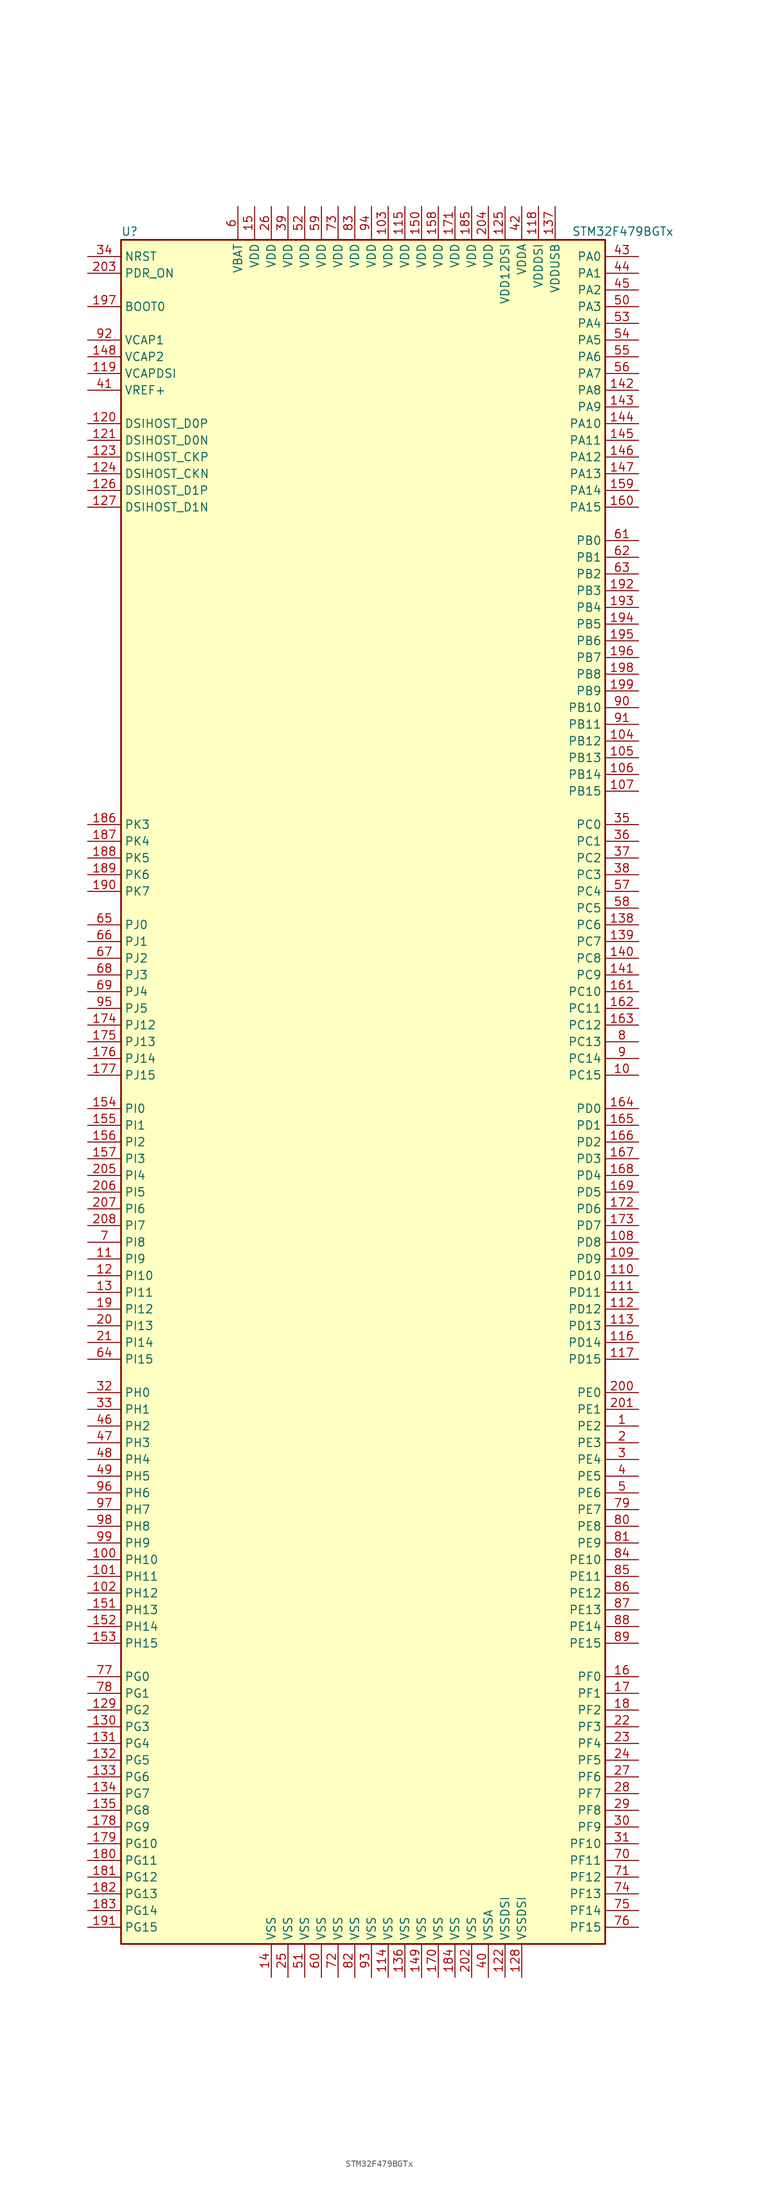
<source format=kicad_sym>
(kicad_symbol_lib
  (version 20201005)
  (generator kicad_symbol_editor)
  (symbol "STM32F479BGTx"
    (property "Reference" "U"
      (at -38.1 130.81 0)
      (effects (font (size 1.27 1.27)) (justify left)))
    (property "Value" "STM32F479BGTx"
      (at 30.48 130.81 0)
      (effects (font (size 1.27 1.27)) (justify left)))
    (symbol "STM32F479BGTx_0_1"
      (rectangle (start -38.1 -129.54) (end 35.56 129.54) (stroke (width 0.254)) (fill (type background))))
    (symbol "STM32F479BGTx_1_1"
      (pin input line (at -43.18 119.38 0) (length 5.08) (name "BOOT0" (effects (font (size 1.27 1.27)))) (number "197" (effects (font (size 1.27 1.27)))))
      (pin bidirectional line (at -43.18 93.98 0) (length 5.08) (name "DSIHOST_CKN" (effects (font (size 1.27 1.27)))) (number "124" (effects (font (size 1.27 1.27)))))
      (pin bidirectional line (at -43.18 96.52 0) (length 5.08) (name "DSIHOST_CKP" (effects (font (size 1.27 1.27)))) (number "123" (effects (font (size 1.27 1.27)))))
      (pin bidirectional line (at -43.18 99.06 0) (length 5.08) (name "DSIHOST_D0N" (effects (font (size 1.27 1.27)))) (number "121" (effects (font (size 1.27 1.27)))))
      (pin bidirectional line (at -43.18 101.6 0) (length 5.08) (name "DSIHOST_D0P" (effects (font (size 1.27 1.27)))) (number "120" (effects (font (size 1.27 1.27)))))
      (pin bidirectional line (at -43.18 88.9 0) (length 5.08) (name "DSIHOST_D1N" (effects (font (size 1.27 1.27)))) (number "127" (effects (font (size 1.27 1.27)))))
      (pin bidirectional line (at -43.18 91.44 0) (length 5.08) (name "DSIHOST_D1P" (effects (font (size 1.27 1.27)))) (number "126" (effects (font (size 1.27 1.27)))))
      (pin input line (at -43.18 127 0) (length 5.08) (name "NRST" (effects (font (size 1.27 1.27)))) (number "34" (effects (font (size 1.27 1.27)))))
      (pin bidirectional line (at 40.64 127 180) (length 5.08) (name "PA0" (effects (font (size 1.27 1.27)))) (number "43" (effects (font (size 1.27 1.27)))))
      (pin bidirectional line (at 40.64 124.46 180) (length 5.08) (name "PA1" (effects (font (size 1.27 1.27)))) (number "44" (effects (font (size 1.27 1.27)))))
      (pin bidirectional line (at 40.64 101.6 180) (length 5.08) (name "PA10" (effects (font (size 1.27 1.27)))) (number "144" (effects (font (size 1.27 1.27)))))
      (pin bidirectional line (at 40.64 99.06 180) (length 5.08) (name "PA11" (effects (font (size 1.27 1.27)))) (number "145" (effects (font (size 1.27 1.27)))))
      (pin bidirectional line (at 40.64 96.52 180) (length 5.08) (name "PA12" (effects (font (size 1.27 1.27)))) (number "146" (effects (font (size 1.27 1.27)))))
      (pin bidirectional line (at 40.64 93.98 180) (length 5.08) (name "PA13" (effects (font (size 1.27 1.27)))) (number "147" (effects (font (size 1.27 1.27)))))
      (pin bidirectional line (at 40.64 91.44 180) (length 5.08) (name "PA14" (effects (font (size 1.27 1.27)))) (number "159" (effects (font (size 1.27 1.27)))))
      (pin bidirectional line (at 40.64 88.9 180) (length 5.08) (name "PA15" (effects (font (size 1.27 1.27)))) (number "160" (effects (font (size 1.27 1.27)))))
      (pin bidirectional line (at 40.64 121.92 180) (length 5.08) (name "PA2" (effects (font (size 1.27 1.27)))) (number "45" (effects (font (size 1.27 1.27)))))
      (pin bidirectional line (at 40.64 119.38 180) (length 5.08) (name "PA3" (effects (font (size 1.27 1.27)))) (number "50" (effects (font (size 1.27 1.27)))))
      (pin bidirectional line (at 40.64 116.84 180) (length 5.08) (name "PA4" (effects (font (size 1.27 1.27)))) (number "53" (effects (font (size 1.27 1.27)))))
      (pin bidirectional line (at 40.64 114.3 180) (length 5.08) (name "PA5" (effects (font (size 1.27 1.27)))) (number "54" (effects (font (size 1.27 1.27)))))
      (pin bidirectional line (at 40.64 111.76 180) (length 5.08) (name "PA6" (effects (font (size 1.27 1.27)))) (number "55" (effects (font (size 1.27 1.27)))))
      (pin bidirectional line (at 40.64 109.22 180) (length 5.08) (name "PA7" (effects (font (size 1.27 1.27)))) (number "56" (effects (font (size 1.27 1.27)))))
      (pin bidirectional line (at 40.64 106.68 180) (length 5.08) (name "PA8" (effects (font (size 1.27 1.27)))) (number "142" (effects (font (size 1.27 1.27)))))
      (pin bidirectional line (at 40.64 104.14 180) (length 5.08) (name "PA9" (effects (font (size 1.27 1.27)))) (number "143" (effects (font (size 1.27 1.27)))))
      (pin bidirectional line (at 40.64 83.82 180) (length 5.08) (name "PB0" (effects (font (size 1.27 1.27)))) (number "61" (effects (font (size 1.27 1.27)))))
      (pin bidirectional line (at 40.64 81.28 180) (length 5.08) (name "PB1" (effects (font (size 1.27 1.27)))) (number "62" (effects (font (size 1.27 1.27)))))
      (pin bidirectional line (at 40.64 58.42 180) (length 5.08) (name "PB10" (effects (font (size 1.27 1.27)))) (number "90" (effects (font (size 1.27 1.27)))))
      (pin bidirectional line (at 40.64 55.88 180) (length 5.08) (name "PB11" (effects (font (size 1.27 1.27)))) (number "91" (effects (font (size 1.27 1.27)))))
      (pin bidirectional line (at 40.64 53.34 180) (length 5.08) (name "PB12" (effects (font (size 1.27 1.27)))) (number "104" (effects (font (size 1.27 1.27)))))
      (pin bidirectional line (at 40.64 50.8 180) (length 5.08) (name "PB13" (effects (font (size 1.27 1.27)))) (number "105" (effects (font (size 1.27 1.27)))))
      (pin bidirectional line (at 40.64 48.26 180) (length 5.08) (name "PB14" (effects (font (size 1.27 1.27)))) (number "106" (effects (font (size 1.27 1.27)))))
      (pin bidirectional line (at 40.64 45.72 180) (length 5.08) (name "PB15" (effects (font (size 1.27 1.27)))) (number "107" (effects (font (size 1.27 1.27)))))
      (pin bidirectional line (at 40.64 78.74 180) (length 5.08) (name "PB2" (effects (font (size 1.27 1.27)))) (number "63" (effects (font (size 1.27 1.27)))))
      (pin bidirectional line (at 40.64 76.2 180) (length 5.08) (name "PB3" (effects (font (size 1.27 1.27)))) (number "192" (effects (font (size 1.27 1.27)))))
      (pin bidirectional line (at 40.64 73.66 180) (length 5.08) (name "PB4" (effects (font (size 1.27 1.27)))) (number "193" (effects (font (size 1.27 1.27)))))
      (pin bidirectional line (at 40.64 71.12 180) (length 5.08) (name "PB5" (effects (font (size 1.27 1.27)))) (number "194" (effects (font (size 1.27 1.27)))))
      (pin bidirectional line (at 40.64 68.58 180) (length 5.08) (name "PB6" (effects (font (size 1.27 1.27)))) (number "195" (effects (font (size 1.27 1.27)))))
      (pin bidirectional line (at 40.64 66.04 180) (length 5.08) (name "PB7" (effects (font (size 1.27 1.27)))) (number "196" (effects (font (size 1.27 1.27)))))
      (pin bidirectional line (at 40.64 63.5 180) (length 5.08) (name "PB8" (effects (font (size 1.27 1.27)))) (number "198" (effects (font (size 1.27 1.27)))))
      (pin bidirectional line (at 40.64 60.96 180) (length 5.08) (name "PB9" (effects (font (size 1.27 1.27)))) (number "199" (effects (font (size 1.27 1.27)))))
      (pin bidirectional line (at 40.64 40.64 180) (length 5.08) (name "PC0" (effects (font (size 1.27 1.27)))) (number "35" (effects (font (size 1.27 1.27)))))
      (pin bidirectional line (at 40.64 38.1 180) (length 5.08) (name "PC1" (effects (font (size 1.27 1.27)))) (number "36" (effects (font (size 1.27 1.27)))))
      (pin bidirectional line (at 40.64 15.24 180) (length 5.08) (name "PC10" (effects (font (size 1.27 1.27)))) (number "161" (effects (font (size 1.27 1.27)))))
      (pin bidirectional line (at 40.64 12.7 180) (length 5.08) (name "PC11" (effects (font (size 1.27 1.27)))) (number "162" (effects (font (size 1.27 1.27)))))
      (pin bidirectional line (at 40.64 10.16 180) (length 5.08) (name "PC12" (effects (font (size 1.27 1.27)))) (number "163" (effects (font (size 1.27 1.27)))))
      (pin bidirectional line (at 40.64 7.62 180) (length 5.08) (name "PC13" (effects (font (size 1.27 1.27)))) (number "8" (effects (font (size 1.27 1.27)))))
      (pin bidirectional line (at 40.64 5.08 180) (length 5.08) (name "PC14" (effects (font (size 1.27 1.27)))) (number "9" (effects (font (size 1.27 1.27)))))
      (pin bidirectional line (at 40.64 2.54 180) (length 5.08) (name "PC15" (effects (font (size 1.27 1.27)))) (number "10" (effects (font (size 1.27 1.27)))))
      (pin bidirectional line (at 40.64 35.56 180) (length 5.08) (name "PC2" (effects (font (size 1.27 1.27)))) (number "37" (effects (font (size 1.27 1.27)))))
      (pin bidirectional line (at 40.64 33.02 180) (length 5.08) (name "PC3" (effects (font (size 1.27 1.27)))) (number "38" (effects (font (size 1.27 1.27)))))
      (pin bidirectional line (at 40.64 30.48 180) (length 5.08) (name "PC4" (effects (font (size 1.27 1.27)))) (number "57" (effects (font (size 1.27 1.27)))))
      (pin bidirectional line (at 40.64 27.94 180) (length 5.08) (name "PC5" (effects (font (size 1.27 1.27)))) (number "58" (effects (font (size 1.27 1.27)))))
      (pin bidirectional line (at 40.64 25.4 180) (length 5.08) (name "PC6" (effects (font (size 1.27 1.27)))) (number "138" (effects (font (size 1.27 1.27)))))
      (pin bidirectional line (at 40.64 22.86 180) (length 5.08) (name "PC7" (effects (font (size 1.27 1.27)))) (number "139" (effects (font (size 1.27 1.27)))))
      (pin bidirectional line (at 40.64 20.32 180) (length 5.08) (name "PC8" (effects (font (size 1.27 1.27)))) (number "140" (effects (font (size 1.27 1.27)))))
      (pin bidirectional line (at 40.64 17.78 180) (length 5.08) (name "PC9" (effects (font (size 1.27 1.27)))) (number "141" (effects (font (size 1.27 1.27)))))
      (pin bidirectional line (at 40.64 -2.54 180) (length 5.08) (name "PD0" (effects (font (size 1.27 1.27)))) (number "164" (effects (font (size 1.27 1.27)))))
      (pin bidirectional line (at 40.64 -5.08 180) (length 5.08) (name "PD1" (effects (font (size 1.27 1.27)))) (number "165" (effects (font (size 1.27 1.27)))))
      (pin bidirectional line (at 40.64 -27.94 180) (length 5.08) (name "PD10" (effects (font (size 1.27 1.27)))) (number "110" (effects (font (size 1.27 1.27)))))
      (pin bidirectional line (at 40.64 -30.48 180) (length 5.08) (name "PD11" (effects (font (size 1.27 1.27)))) (number "111" (effects (font (size 1.27 1.27)))))
      (pin bidirectional line (at 40.64 -33.02 180) (length 5.08) (name "PD12" (effects (font (size 1.27 1.27)))) (number "112" (effects (font (size 1.27 1.27)))))
      (pin bidirectional line (at 40.64 -35.56 180) (length 5.08) (name "PD13" (effects (font (size 1.27 1.27)))) (number "113" (effects (font (size 1.27 1.27)))))
      (pin bidirectional line (at 40.64 -38.1 180) (length 5.08) (name "PD14" (effects (font (size 1.27 1.27)))) (number "116" (effects (font (size 1.27 1.27)))))
      (pin bidirectional line (at 40.64 -40.64 180) (length 5.08) (name "PD15" (effects (font (size 1.27 1.27)))) (number "117" (effects (font (size 1.27 1.27)))))
      (pin bidirectional line (at 40.64 -7.62 180) (length 5.08) (name "PD2" (effects (font (size 1.27 1.27)))) (number "166" (effects (font (size 1.27 1.27)))))
      (pin bidirectional line (at 40.64 -10.16 180) (length 5.08) (name "PD3" (effects (font (size 1.27 1.27)))) (number "167" (effects (font (size 1.27 1.27)))))
      (pin bidirectional line (at 40.64 -12.7 180) (length 5.08) (name "PD4" (effects (font (size 1.27 1.27)))) (number "168" (effects (font (size 1.27 1.27)))))
      (pin bidirectional line (at 40.64 -15.24 180) (length 5.08) (name "PD5" (effects (font (size 1.27 1.27)))) (number "169" (effects (font (size 1.27 1.27)))))
      (pin bidirectional line (at 40.64 -17.78 180) (length 5.08) (name "PD6" (effects (font (size 1.27 1.27)))) (number "172" (effects (font (size 1.27 1.27)))))
      (pin bidirectional line (at 40.64 -20.32 180) (length 5.08) (name "PD7" (effects (font (size 1.27 1.27)))) (number "173" (effects (font (size 1.27 1.27)))))
      (pin bidirectional line (at 40.64 -22.86 180) (length 5.08) (name "PD8" (effects (font (size 1.27 1.27)))) (number "108" (effects (font (size 1.27 1.27)))))
      (pin bidirectional line (at 40.64 -25.4 180) (length 5.08) (name "PD9" (effects (font (size 1.27 1.27)))) (number "109" (effects (font (size 1.27 1.27)))))
      (pin input line (at -43.18 124.46 0) (length 5.08) (name "PDR_ON" (effects (font (size 1.27 1.27)))) (number "203" (effects (font (size 1.27 1.27)))))
      (pin bidirectional line (at 40.64 -45.72 180) (length 5.08) (name "PE0" (effects (font (size 1.27 1.27)))) (number "200" (effects (font (size 1.27 1.27)))))
      (pin bidirectional line (at 40.64 -48.26 180) (length 5.08) (name "PE1" (effects (font (size 1.27 1.27)))) (number "201" (effects (font (size 1.27 1.27)))))
      (pin bidirectional line (at 40.64 -71.12 180) (length 5.08) (name "PE10" (effects (font (size 1.27 1.27)))) (number "84" (effects (font (size 1.27 1.27)))))
      (pin bidirectional line (at 40.64 -73.66 180) (length 5.08) (name "PE11" (effects (font (size 1.27 1.27)))) (number "85" (effects (font (size 1.27 1.27)))))
      (pin bidirectional line (at 40.64 -76.2 180) (length 5.08) (name "PE12" (effects (font (size 1.27 1.27)))) (number "86" (effects (font (size 1.27 1.27)))))
      (pin bidirectional line (at 40.64 -78.74 180) (length 5.08) (name "PE13" (effects (font (size 1.27 1.27)))) (number "87" (effects (font (size 1.27 1.27)))))
      (pin bidirectional line (at 40.64 -81.28 180) (length 5.08) (name "PE14" (effects (font (size 1.27 1.27)))) (number "88" (effects (font (size 1.27 1.27)))))
      (pin bidirectional line (at 40.64 -83.82 180) (length 5.08) (name "PE15" (effects (font (size 1.27 1.27)))) (number "89" (effects (font (size 1.27 1.27)))))
      (pin bidirectional line (at 40.64 -50.8 180) (length 5.08) (name "PE2" (effects (font (size 1.27 1.27)))) (number "1" (effects (font (size 1.27 1.27)))))
      (pin bidirectional line (at 40.64 -53.34 180) (length 5.08) (name "PE3" (effects (font (size 1.27 1.27)))) (number "2" (effects (font (size 1.27 1.27)))))
      (pin bidirectional line (at 40.64 -55.88 180) (length 5.08) (name "PE4" (effects (font (size 1.27 1.27)))) (number "3" (effects (font (size 1.27 1.27)))))
      (pin bidirectional line (at 40.64 -58.42 180) (length 5.08) (name "PE5" (effects (font (size 1.27 1.27)))) (number "4" (effects (font (size 1.27 1.27)))))
      (pin bidirectional line (at 40.64 -60.96 180) (length 5.08) (name "PE6" (effects (font (size 1.27 1.27)))) (number "5" (effects (font (size 1.27 1.27)))))
      (pin bidirectional line (at 40.64 -63.5 180) (length 5.08) (name "PE7" (effects (font (size 1.27 1.27)))) (number "79" (effects (font (size 1.27 1.27)))))
      (pin bidirectional line (at 40.64 -66.04 180) (length 5.08) (name "PE8" (effects (font (size 1.27 1.27)))) (number "80" (effects (font (size 1.27 1.27)))))
      (pin bidirectional line (at 40.64 -68.58 180) (length 5.08) (name "PE9" (effects (font (size 1.27 1.27)))) (number "81" (effects (font (size 1.27 1.27)))))
      (pin bidirectional line (at 40.64 -88.9 180) (length 5.08) (name "PF0" (effects (font (size 1.27 1.27)))) (number "16" (effects (font (size 1.27 1.27)))))
      (pin bidirectional line (at 40.64 -91.44 180) (length 5.08) (name "PF1" (effects (font (size 1.27 1.27)))) (number "17" (effects (font (size 1.27 1.27)))))
      (pin bidirectional line (at 40.64 -114.3 180) (length 5.08) (name "PF10" (effects (font (size 1.27 1.27)))) (number "31" (effects (font (size 1.27 1.27)))))
      (pin bidirectional line (at 40.64 -116.84 180) (length 5.08) (name "PF11" (effects (font (size 1.27 1.27)))) (number "70" (effects (font (size 1.27 1.27)))))
      (pin bidirectional line (at 40.64 -119.38 180) (length 5.08) (name "PF12" (effects (font (size 1.27 1.27)))) (number "71" (effects (font (size 1.27 1.27)))))
      (pin bidirectional line (at 40.64 -121.92 180) (length 5.08) (name "PF13" (effects (font (size 1.27 1.27)))) (number "74" (effects (font (size 1.27 1.27)))))
      (pin bidirectional line (at 40.64 -124.46 180) (length 5.08) (name "PF14" (effects (font (size 1.27 1.27)))) (number "75" (effects (font (size 1.27 1.27)))))
      (pin bidirectional line (at 40.64 -127 180) (length 5.08) (name "PF15" (effects (font (size 1.27 1.27)))) (number "76" (effects (font (size 1.27 1.27)))))
      (pin bidirectional line (at 40.64 -93.98 180) (length 5.08) (name "PF2" (effects (font (size 1.27 1.27)))) (number "18" (effects (font (size 1.27 1.27)))))
      (pin bidirectional line (at 40.64 -96.52 180) (length 5.08) (name "PF3" (effects (font (size 1.27 1.27)))) (number "22" (effects (font (size 1.27 1.27)))))
      (pin bidirectional line (at 40.64 -99.06 180) (length 5.08) (name "PF4" (effects (font (size 1.27 1.27)))) (number "23" (effects (font (size 1.27 1.27)))))
      (pin bidirectional line (at 40.64 -101.6 180) (length 5.08) (name "PF5" (effects (font (size 1.27 1.27)))) (number "24" (effects (font (size 1.27 1.27)))))
      (pin bidirectional line (at 40.64 -104.14 180) (length 5.08) (name "PF6" (effects (font (size 1.27 1.27)))) (number "27" (effects (font (size 1.27 1.27)))))
      (pin bidirectional line (at 40.64 -106.68 180) (length 5.08) (name "PF7" (effects (font (size 1.27 1.27)))) (number "28" (effects (font (size 1.27 1.27)))))
      (pin bidirectional line (at 40.64 -109.22 180) (length 5.08) (name "PF8" (effects (font (size 1.27 1.27)))) (number "29" (effects (font (size 1.27 1.27)))))
      (pin bidirectional line (at 40.64 -111.76 180) (length 5.08) (name "PF9" (effects (font (size 1.27 1.27)))) (number "30" (effects (font (size 1.27 1.27)))))
      (pin bidirectional line (at -43.18 -88.9 0) (length 5.08) (name "PG0" (effects (font (size 1.27 1.27)))) (number "77" (effects (font (size 1.27 1.27)))))
      (pin bidirectional line (at -43.18 -91.44 0) (length 5.08) (name "PG1" (effects (font (size 1.27 1.27)))) (number "78" (effects (font (size 1.27 1.27)))))
      (pin bidirectional line (at -43.18 -114.3 0) (length 5.08) (name "PG10" (effects (font (size 1.27 1.27)))) (number "179" (effects (font (size 1.27 1.27)))))
      (pin bidirectional line (at -43.18 -116.84 0) (length 5.08) (name "PG11" (effects (font (size 1.27 1.27)))) (number "180" (effects (font (size 1.27 1.27)))))
      (pin bidirectional line (at -43.18 -119.38 0) (length 5.08) (name "PG12" (effects (font (size 1.27 1.27)))) (number "181" (effects (font (size 1.27 1.27)))))
      (pin bidirectional line (at -43.18 -121.92 0) (length 5.08) (name "PG13" (effects (font (size 1.27 1.27)))) (number "182" (effects (font (size 1.27 1.27)))))
      (pin bidirectional line (at -43.18 -124.46 0) (length 5.08) (name "PG14" (effects (font (size 1.27 1.27)))) (number "183" (effects (font (size 1.27 1.27)))))
      (pin bidirectional line (at -43.18 -127 0) (length 5.08) (name "PG15" (effects (font (size 1.27 1.27)))) (number "191" (effects (font (size 1.27 1.27)))))
      (pin bidirectional line (at -43.18 -93.98 0) (length 5.08) (name "PG2" (effects (font (size 1.27 1.27)))) (number "129" (effects (font (size 1.27 1.27)))))
      (pin bidirectional line (at -43.18 -96.52 0) (length 5.08) (name "PG3" (effects (font (size 1.27 1.27)))) (number "130" (effects (font (size 1.27 1.27)))))
      (pin bidirectional line (at -43.18 -99.06 0) (length 5.08) (name "PG4" (effects (font (size 1.27 1.27)))) (number "131" (effects (font (size 1.27 1.27)))))
      (pin bidirectional line (at -43.18 -101.6 0) (length 5.08) (name "PG5" (effects (font (size 1.27 1.27)))) (number "132" (effects (font (size 1.27 1.27)))))
      (pin bidirectional line (at -43.18 -104.14 0) (length 5.08) (name "PG6" (effects (font (size 1.27 1.27)))) (number "133" (effects (font (size 1.27 1.27)))))
      (pin bidirectional line (at -43.18 -106.68 0) (length 5.08) (name "PG7" (effects (font (size 1.27 1.27)))) (number "134" (effects (font (size 1.27 1.27)))))
      (pin bidirectional line (at -43.18 -109.22 0) (length 5.08) (name "PG8" (effects (font (size 1.27 1.27)))) (number "135" (effects (font (size 1.27 1.27)))))
      (pin bidirectional line (at -43.18 -111.76 0) (length 5.08) (name "PG9" (effects (font (size 1.27 1.27)))) (number "178" (effects (font (size 1.27 1.27)))))
      (pin input line (at -43.18 -45.72 0) (length 5.08) (name "PH0" (effects (font (size 1.27 1.27)))) (number "32" (effects (font (size 1.27 1.27)))))
      (pin input line (at -43.18 -48.26 0) (length 5.08) (name "PH1" (effects (font (size 1.27 1.27)))) (number "33" (effects (font (size 1.27 1.27)))))
      (pin bidirectional line (at -43.18 -71.12 0) (length 5.08) (name "PH10" (effects (font (size 1.27 1.27)))) (number "100" (effects (font (size 1.27 1.27)))))
      (pin bidirectional line (at -43.18 -73.66 0) (length 5.08) (name "PH11" (effects (font (size 1.27 1.27)))) (number "101" (effects (font (size 1.27 1.27)))))
      (pin bidirectional line (at -43.18 -76.2 0) (length 5.08) (name "PH12" (effects (font (size 1.27 1.27)))) (number "102" (effects (font (size 1.27 1.27)))))
      (pin bidirectional line (at -43.18 -78.74 0) (length 5.08) (name "PH13" (effects (font (size 1.27 1.27)))) (number "151" (effects (font (size 1.27 1.27)))))
      (pin bidirectional line (at -43.18 -81.28 0) (length 5.08) (name "PH14" (effects (font (size 1.27 1.27)))) (number "152" (effects (font (size 1.27 1.27)))))
      (pin bidirectional line (at -43.18 -83.82 0) (length 5.08) (name "PH15" (effects (font (size 1.27 1.27)))) (number "153" (effects (font (size 1.27 1.27)))))
      (pin bidirectional line (at -43.18 -50.8 0) (length 5.08) (name "PH2" (effects (font (size 1.27 1.27)))) (number "46" (effects (font (size 1.27 1.27)))))
      (pin bidirectional line (at -43.18 -53.34 0) (length 5.08) (name "PH3" (effects (font (size 1.27 1.27)))) (number "47" (effects (font (size 1.27 1.27)))))
      (pin bidirectional line (at -43.18 -55.88 0) (length 5.08) (name "PH4" (effects (font (size 1.27 1.27)))) (number "48" (effects (font (size 1.27 1.27)))))
      (pin bidirectional line (at -43.18 -58.42 0) (length 5.08) (name "PH5" (effects (font (size 1.27 1.27)))) (number "49" (effects (font (size 1.27 1.27)))))
      (pin bidirectional line (at -43.18 -60.96 0) (length 5.08) (name "PH6" (effects (font (size 1.27 1.27)))) (number "96" (effects (font (size 1.27 1.27)))))
      (pin bidirectional line (at -43.18 -63.5 0) (length 5.08) (name "PH7" (effects (font (size 1.27 1.27)))) (number "97" (effects (font (size 1.27 1.27)))))
      (pin bidirectional line (at -43.18 -66.04 0) (length 5.08) (name "PH8" (effects (font (size 1.27 1.27)))) (number "98" (effects (font (size 1.27 1.27)))))
      (pin bidirectional line (at -43.18 -68.58 0) (length 5.08) (name "PH9" (effects (font (size 1.27 1.27)))) (number "99" (effects (font (size 1.27 1.27)))))
      (pin bidirectional line (at -43.18 -2.54 0) (length 5.08) (name "PI0" (effects (font (size 1.27 1.27)))) (number "154" (effects (font (size 1.27 1.27)))))
      (pin bidirectional line (at -43.18 -5.08 0) (length 5.08) (name "PI1" (effects (font (size 1.27 1.27)))) (number "155" (effects (font (size 1.27 1.27)))))
      (pin bidirectional line (at -43.18 -27.94 0) (length 5.08) (name "PI10" (effects (font (size 1.27 1.27)))) (number "12" (effects (font (size 1.27 1.27)))))
      (pin bidirectional line (at -43.18 -30.48 0) (length 5.08) (name "PI11" (effects (font (size 1.27 1.27)))) (number "13" (effects (font (size 1.27 1.27)))))
      (pin bidirectional line (at -43.18 -33.02 0) (length 5.08) (name "PI12" (effects (font (size 1.27 1.27)))) (number "19" (effects (font (size 1.27 1.27)))))
      (pin bidirectional line (at -43.18 -35.56 0) (length 5.08) (name "PI13" (effects (font (size 1.27 1.27)))) (number "20" (effects (font (size 1.27 1.27)))))
      (pin bidirectional line (at -43.18 -38.1 0) (length 5.08) (name "PI14" (effects (font (size 1.27 1.27)))) (number "21" (effects (font (size 1.27 1.27)))))
      (pin bidirectional line (at -43.18 -40.64 0) (length 5.08) (name "PI15" (effects (font (size 1.27 1.27)))) (number "64" (effects (font (size 1.27 1.27)))))
      (pin bidirectional line (at -43.18 -7.62 0) (length 5.08) (name "PI2" (effects (font (size 1.27 1.27)))) (number "156" (effects (font (size 1.27 1.27)))))
      (pin bidirectional line (at -43.18 -10.16 0) (length 5.08) (name "PI3" (effects (font (size 1.27 1.27)))) (number "157" (effects (font (size 1.27 1.27)))))
      (pin bidirectional line (at -43.18 -12.7 0) (length 5.08) (name "PI4" (effects (font (size 1.27 1.27)))) (number "205" (effects (font (size 1.27 1.27)))))
      (pin bidirectional line (at -43.18 -15.24 0) (length 5.08) (name "PI5" (effects (font (size 1.27 1.27)))) (number "206" (effects (font (size 1.27 1.27)))))
      (pin bidirectional line (at -43.18 -17.78 0) (length 5.08) (name "PI6" (effects (font (size 1.27 1.27)))) (number "207" (effects (font (size 1.27 1.27)))))
      (pin bidirectional line (at -43.18 -20.32 0) (length 5.08) (name "PI7" (effects (font (size 1.27 1.27)))) (number "208" (effects (font (size 1.27 1.27)))))
      (pin bidirectional line (at -43.18 -22.86 0) (length 5.08) (name "PI8" (effects (font (size 1.27 1.27)))) (number "7" (effects (font (size 1.27 1.27)))))
      (pin bidirectional line (at -43.18 -25.4 0) (length 5.08) (name "PI9" (effects (font (size 1.27 1.27)))) (number "11" (effects (font (size 1.27 1.27)))))
      (pin bidirectional line (at -43.18 25.4 0) (length 5.08) (name "PJ0" (effects (font (size 1.27 1.27)))) (number "65" (effects (font (size 1.27 1.27)))))
      (pin bidirectional line (at -43.18 22.86 0) (length 5.08) (name "PJ1" (effects (font (size 1.27 1.27)))) (number "66" (effects (font (size 1.27 1.27)))))
      (pin bidirectional line (at -43.18 10.16 0) (length 5.08) (name "PJ12" (effects (font (size 1.27 1.27)))) (number "174" (effects (font (size 1.27 1.27)))))
      (pin bidirectional line (at -43.18 7.62 0) (length 5.08) (name "PJ13" (effects (font (size 1.27 1.27)))) (number "175" (effects (font (size 1.27 1.27)))))
      (pin bidirectional line (at -43.18 5.08 0) (length 5.08) (name "PJ14" (effects (font (size 1.27 1.27)))) (number "176" (effects (font (size 1.27 1.27)))))
      (pin bidirectional line (at -43.18 2.54 0) (length 5.08) (name "PJ15" (effects (font (size 1.27 1.27)))) (number "177" (effects (font (size 1.27 1.27)))))
      (pin bidirectional line (at -43.18 20.32 0) (length 5.08) (name "PJ2" (effects (font (size 1.27 1.27)))) (number "67" (effects (font (size 1.27 1.27)))))
      (pin bidirectional line (at -43.18 17.78 0) (length 5.08) (name "PJ3" (effects (font (size 1.27 1.27)))) (number "68" (effects (font (size 1.27 1.27)))))
      (pin bidirectional line (at -43.18 15.24 0) (length 5.08) (name "PJ4" (effects (font (size 1.27 1.27)))) (number "69" (effects (font (size 1.27 1.27)))))
      (pin bidirectional line (at -43.18 12.7 0) (length 5.08) (name "PJ5" (effects (font (size 1.27 1.27)))) (number "95" (effects (font (size 1.27 1.27)))))
      (pin bidirectional line (at -43.18 40.64 0) (length 5.08) (name "PK3" (effects (font (size 1.27 1.27)))) (number "186" (effects (font (size 1.27 1.27)))))
      (pin bidirectional line (at -43.18 38.1 0) (length 5.08) (name "PK4" (effects (font (size 1.27 1.27)))) (number "187" (effects (font (size 1.27 1.27)))))
      (pin bidirectional line (at -43.18 35.56 0) (length 5.08) (name "PK5" (effects (font (size 1.27 1.27)))) (number "188" (effects (font (size 1.27 1.27)))))
      (pin bidirectional line (at -43.18 33.02 0) (length 5.08) (name "PK6" (effects (font (size 1.27 1.27)))) (number "189" (effects (font (size 1.27 1.27)))))
      (pin bidirectional line (at -43.18 30.48 0) (length 5.08) (name "PK7" (effects (font (size 1.27 1.27)))) (number "190" (effects (font (size 1.27 1.27)))))
      (pin power_in line (at -20.32 134.62 270) (length 5.08) (name "VBAT" (effects (font (size 1.27 1.27)))) (number "6" (effects (font (size 1.27 1.27)))))
      (pin power_in line (at -43.18 114.3 0) (length 5.08) (name "VCAP1" (effects (font (size 1.27 1.27)))) (number "92" (effects (font (size 1.27 1.27)))))
      (pin power_in line (at -43.18 111.76 0) (length 5.08) (name "VCAP2" (effects (font (size 1.27 1.27)))) (number "148" (effects (font (size 1.27 1.27)))))
      (pin power_in line (at -43.18 109.22 0) (length 5.08) (name "VCAPDSI" (effects (font (size 1.27 1.27)))) (number "119" (effects (font (size 1.27 1.27)))))
      (pin power_in line (at 2.54 134.62 270) (length 5.08) (name "VDD" (effects (font (size 1.27 1.27)))) (number "103" (effects (font (size 1.27 1.27)))))
      (pin power_in line (at 5.08 134.62 270) (length 5.08) (name "VDD" (effects (font (size 1.27 1.27)))) (number "115" (effects (font (size 1.27 1.27)))))
      (pin power_in line (at -17.78 134.62 270) (length 5.08) (name "VDD" (effects (font (size 1.27 1.27)))) (number "15" (effects (font (size 1.27 1.27)))))
      (pin power_in line (at 7.62 134.62 270) (length 5.08) (name "VDD" (effects (font (size 1.27 1.27)))) (number "150" (effects (font (size 1.27 1.27)))))
      (pin power_in line (at 10.16 134.62 270) (length 5.08) (name "VDD" (effects (font (size 1.27 1.27)))) (number "158" (effects (font (size 1.27 1.27)))))
      (pin power_in line (at 12.7 134.62 270) (length 5.08) (name "VDD" (effects (font (size 1.27 1.27)))) (number "171" (effects (font (size 1.27 1.27)))))
      (pin power_in line (at 15.24 134.62 270) (length 5.08) (name "VDD" (effects (font (size 1.27 1.27)))) (number "185" (effects (font (size 1.27 1.27)))))
      (pin power_in line (at 17.78 134.62 270) (length 5.08) (name "VDD" (effects (font (size 1.27 1.27)))) (number "204" (effects (font (size 1.27 1.27)))))
      (pin power_in line (at -15.24 134.62 270) (length 5.08) (name "VDD" (effects (font (size 1.27 1.27)))) (number "26" (effects (font (size 1.27 1.27)))))
      (pin power_in line (at -12.7 134.62 270) (length 5.08) (name "VDD" (effects (font (size 1.27 1.27)))) (number "39" (effects (font (size 1.27 1.27)))))
      (pin power_in line (at -10.16 134.62 270) (length 5.08) (name "VDD" (effects (font (size 1.27 1.27)))) (number "52" (effects (font (size 1.27 1.27)))))
      (pin power_in line (at -7.62 134.62 270) (length 5.08) (name "VDD" (effects (font (size 1.27 1.27)))) (number "59" (effects (font (size 1.27 1.27)))))
      (pin power_in line (at -5.08 134.62 270) (length 5.08) (name "VDD" (effects (font (size 1.27 1.27)))) (number "73" (effects (font (size 1.27 1.27)))))
      (pin power_in line (at -2.54 134.62 270) (length 5.08) (name "VDD" (effects (font (size 1.27 1.27)))) (number "83" (effects (font (size 1.27 1.27)))))
      (pin power_in line (at 0 134.62 270) (length 5.08) (name "VDD" (effects (font (size 1.27 1.27)))) (number "94" (effects (font (size 1.27 1.27)))))
      (pin power_in line (at 20.32 134.62 270) (length 5.08) (name "VDD12DSI" (effects (font (size 1.27 1.27)))) (number "125" (effects (font (size 1.27 1.27)))))
      (pin power_in line (at 22.86 134.62 270) (length 5.08) (name "VDDA" (effects (font (size 1.27 1.27)))) (number "42" (effects (font (size 1.27 1.27)))))
      (pin power_in line (at 25.4 134.62 270) (length 5.08) (name "VDDDSI" (effects (font (size 1.27 1.27)))) (number "118" (effects (font (size 1.27 1.27)))))
      (pin power_in line (at 27.94 134.62 270) (length 5.08) (name "VDDUSB" (effects (font (size 1.27 1.27)))) (number "137" (effects (font (size 1.27 1.27)))))
      (pin power_in line (at -43.18 106.68 0) (length 5.08) (name "VREF+" (effects (font (size 1.27 1.27)))) (number "41" (effects (font (size 1.27 1.27)))))
      (pin power_in line (at 2.54 -134.62 90) (length 5.08) (name "VSS" (effects (font (size 1.27 1.27)))) (number "114" (effects (font (size 1.27 1.27)))))
      (pin power_in line (at 5.08 -134.62 90) (length 5.08) (name "VSS" (effects (font (size 1.27 1.27)))) (number "136" (effects (font (size 1.27 1.27)))))
      (pin power_in line (at -15.24 -134.62 90) (length 5.08) (name "VSS" (effects (font (size 1.27 1.27)))) (number "14" (effects (font (size 1.27 1.27)))))
      (pin power_in line (at 7.62 -134.62 90) (length 5.08) (name "VSS" (effects (font (size 1.27 1.27)))) (number "149" (effects (font (size 1.27 1.27)))))
      (pin power_in line (at 10.16 -134.62 90) (length 5.08) (name "VSS" (effects (font (size 1.27 1.27)))) (number "170" (effects (font (size 1.27 1.27)))))
      (pin power_in line (at 12.7 -134.62 90) (length 5.08) (name "VSS" (effects (font (size 1.27 1.27)))) (number "184" (effects (font (size 1.27 1.27)))))
      (pin power_in line (at 15.24 -134.62 90) (length 5.08) (name "VSS" (effects (font (size 1.27 1.27)))) (number "202" (effects (font (size 1.27 1.27)))))
      (pin power_in line (at -12.7 -134.62 90) (length 5.08) (name "VSS" (effects (font (size 1.27 1.27)))) (number "25" (effects (font (size 1.27 1.27)))))
      (pin power_in line (at -10.16 -134.62 90) (length 5.08) (name "VSS" (effects (font (size 1.27 1.27)))) (number "51" (effects (font (size 1.27 1.27)))))
      (pin power_in line (at -7.62 -134.62 90) (length 5.08) (name "VSS" (effects (font (size 1.27 1.27)))) (number "60" (effects (font (size 1.27 1.27)))))
      (pin power_in line (at -5.08 -134.62 90) (length 5.08) (name "VSS" (effects (font (size 1.27 1.27)))) (number "72" (effects (font (size 1.27 1.27)))))
      (pin power_in line (at -2.54 -134.62 90) (length 5.08) (name "VSS" (effects (font (size 1.27 1.27)))) (number "82" (effects (font (size 1.27 1.27)))))
      (pin power_in line (at 0 -134.62 90) (length 5.08) (name "VSS" (effects (font (size 1.27 1.27)))) (number "93" (effects (font (size 1.27 1.27)))))
      (pin power_in line (at 17.78 -134.62 90) (length 5.08) (name "VSSA" (effects (font (size 1.27 1.27)))) (number "40" (effects (font (size 1.27 1.27)))))
      (pin power_in line (at 20.32 -134.62 90) (length 5.08) (name "VSSDSI" (effects (font (size 1.27 1.27)))) (number "122" (effects (font (size 1.27 1.27)))))
      (pin power_in line (at 22.86 -134.62 90) (length 5.08) (name "VSSDSI" (effects (font (size 1.27 1.27)))) (number "128" (effects (font (size 1.27 1.27))))))))
</source>
